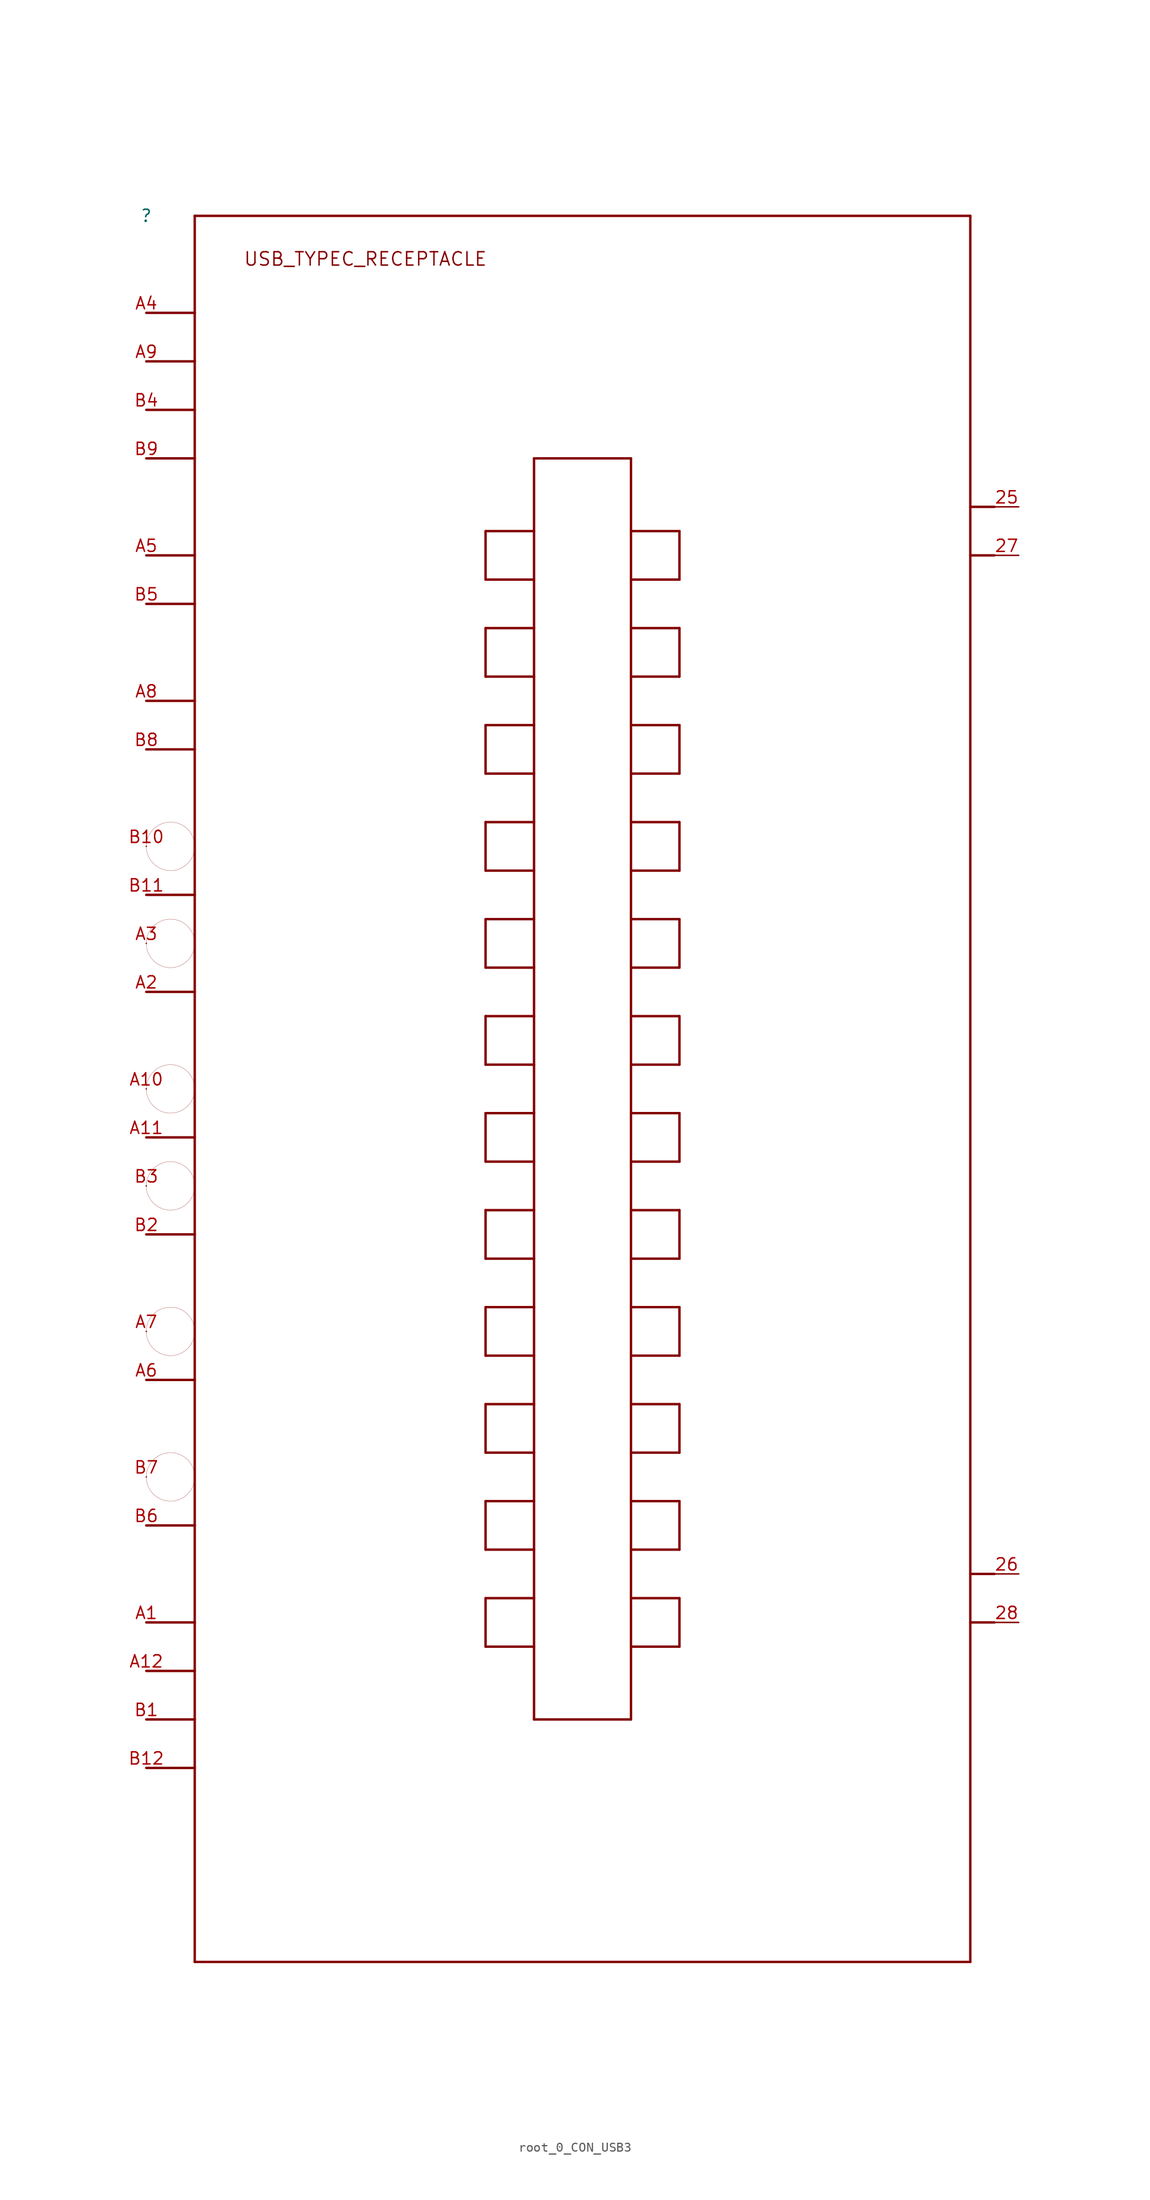
<source format=kicad_sym>
(kicad_symbol_lib
  (version 20220914)
  (generator kicad_symbol_editor)
  (symbol "root_0_CON_USB3"
    (property "Reference" ""
      (at 0 0 0)
      (effects (font (size 1.27 1.27))))
    (property "Value" ""
      (at 0 0 0)
      (effects (font (size 1.27 1.27))))
    (symbol "root_0_CON_USB3_1_0"
      (polyline (pts (xy 0 -20.32) (xy 5.08 -20.32)) (stroke (width 0.254) (type solid)) (fill (type none)))
      (polyline (pts (xy 0 -10.16) (xy 5.08 -10.16)) (stroke (width 0.254) (type solid)) (fill (type none)))
      (polyline (pts (xy 5.08 -162.56) (xy 0 -162.56)) (stroke (width 0.254) (type solid)) (fill (type none)))
      (polyline (pts (xy 5.08 -157.48) (xy 0 -157.48)) (stroke (width 0.254) (type solid)) (fill (type none)))
      (polyline (pts (xy 5.08 -152.4) (xy 0 -152.4)) (stroke (width 0.254) (type solid)) (fill (type none)))
      (polyline (pts (xy 5.08 -147.32) (xy 0 -147.32)) (stroke (width 0.254) (type solid)) (fill (type none)))
      (polyline (pts (xy 5.08 -137.16) (xy 0 -137.16)) (stroke (width 0.254) (type solid)) (fill (type none)))
      (polyline (pts (xy 5.08 -121.92) (xy 0 -121.92)) (stroke (width 0.254) (type solid)) (fill (type none)))
      (polyline (pts (xy 5.08 -106.68) (xy 0 -106.68)) (stroke (width 0.254) (type solid)) (fill (type none)))
      (polyline (pts (xy 5.08 -96.52) (xy 0 -96.52)) (stroke (width 0.254) (type solid)) (fill (type none)))
      (polyline (pts (xy 5.08 -81.28) (xy 0 -81.28)) (stroke (width 0.254) (type solid)) (fill (type none)))
      (polyline (pts (xy 5.08 -71.12) (xy 0 -71.12)) (stroke (width 0.254) (type solid)) (fill (type none)))
      (polyline (pts (xy 5.08 -55.88) (xy 0 -55.88)) (stroke (width 0.254) (type solid)) (fill (type none)))
      (polyline (pts (xy 5.08 -50.8) (xy 0 -50.8)) (stroke (width 0.254) (type solid)) (fill (type none)))
      (polyline (pts (xy 5.08 -40.64) (xy 0 -40.64)) (stroke (width 0.254) (type solid)) (fill (type none)))
      (polyline (pts (xy 5.08 -35.56) (xy 0 -35.56)) (stroke (width 0.254) (type solid)) (fill (type none)))
      (polyline (pts (xy 5.08 -25.4) (xy 0 -25.4)) (stroke (width 0.254) (type solid)) (fill (type none)))
      (polyline (pts (xy 5.08 -15.24) (xy 0 -15.24)) (stroke (width 0.254) (type solid)) (fill (type none)))
      (polyline (pts (xy 5.08 0) (xy 5.08 -182.88)) (stroke (width 0.254) (type solid)) (fill (type none)))
      (polyline (pts (xy 5.08 0) (xy 86.36 0)) (stroke (width 0.254) (type solid)) (fill (type none)))
      (polyline (pts (xy 35.56 -149.86) (xy 35.56 -144.78)) (stroke (width 0.254) (type solid)) (fill (type none)))
      (polyline (pts (xy 35.56 -149.86) (xy 40.64 -149.86)) (stroke (width 0.254) (type solid)) (fill (type none)))
      (polyline (pts (xy 35.56 -144.78) (xy 40.64 -144.78)) (stroke (width 0.254) (type solid)) (fill (type none)))
      (polyline (pts (xy 35.56 -139.7) (xy 35.56 -134.62)) (stroke (width 0.254) (type solid)) (fill (type none)))
      (polyline (pts (xy 35.56 -134.62) (xy 40.64 -134.62)) (stroke (width 0.254) (type solid)) (fill (type none)))
      (polyline (pts (xy 35.56 -129.54) (xy 35.56 -124.46)) (stroke (width 0.254) (type solid)) (fill (type none)))
      (polyline (pts (xy 35.56 -124.46) (xy 40.64 -124.46)) (stroke (width 0.254) (type solid)) (fill (type none)))
      (polyline (pts (xy 35.56 -119.38) (xy 35.56 -114.3)) (stroke (width 0.254) (type solid)) (fill (type none)))
      (polyline (pts (xy 35.56 -114.3) (xy 40.64 -114.3)) (stroke (width 0.254) (type solid)) (fill (type none)))
      (polyline (pts (xy 35.56 -109.22) (xy 35.56 -104.14)) (stroke (width 0.254) (type solid)) (fill (type none)))
      (polyline (pts (xy 35.56 -104.14) (xy 40.64 -104.14)) (stroke (width 0.254) (type solid)) (fill (type none)))
      (polyline (pts (xy 35.56 -99.06) (xy 35.56 -93.98)) (stroke (width 0.254) (type solid)) (fill (type none)))
      (polyline (pts (xy 35.56 -93.98) (xy 40.64 -93.98)) (stroke (width 0.254) (type solid)) (fill (type none)))
      (polyline (pts (xy 35.56 -88.9) (xy 35.56 -83.82)) (stroke (width 0.254) (type solid)) (fill (type none)))
      (polyline (pts (xy 35.56 -83.82) (xy 40.64 -83.82)) (stroke (width 0.254) (type solid)) (fill (type none)))
      (polyline (pts (xy 35.56 -78.74) (xy 35.56 -73.66)) (stroke (width 0.254) (type solid)) (fill (type none)))
      (polyline (pts (xy 35.56 -73.66) (xy 40.64 -73.66)) (stroke (width 0.254) (type solid)) (fill (type none)))
      (polyline (pts (xy 35.56 -68.58) (xy 35.56 -63.5)) (stroke (width 0.254) (type solid)) (fill (type none)))
      (polyline (pts (xy 35.56 -63.5) (xy 40.64 -63.5)) (stroke (width 0.254) (type solid)) (fill (type none)))
      (polyline (pts (xy 35.56 -58.42) (xy 35.56 -53.34)) (stroke (width 0.254) (type solid)) (fill (type none)))
      (polyline (pts (xy 35.56 -53.34) (xy 40.64 -53.34)) (stroke (width 0.254) (type solid)) (fill (type none)))
      (polyline (pts (xy 35.56 -48.26) (xy 35.56 -43.18)) (stroke (width 0.254) (type solid)) (fill (type none)))
      (polyline (pts (xy 35.56 -43.18) (xy 40.64 -43.18)) (stroke (width 0.254) (type solid)) (fill (type none)))
      (polyline (pts (xy 35.56 -38.1) (xy 35.56 -33.02)) (stroke (width 0.254) (type solid)) (fill (type none)))
      (polyline (pts (xy 35.56 -33.02) (xy 40.64 -33.02)) (stroke (width 0.254) (type solid)) (fill (type none)))
      (polyline (pts (xy 40.64 -139.7) (xy 35.56 -139.7)) (stroke (width 0.254) (type solid)) (fill (type none)))
      (polyline (pts (xy 40.64 -129.54) (xy 35.56 -129.54)) (stroke (width 0.254) (type solid)) (fill (type none)))
      (polyline (pts (xy 40.64 -119.38) (xy 35.56 -119.38)) (stroke (width 0.254) (type solid)) (fill (type none)))
      (polyline (pts (xy 40.64 -109.22) (xy 35.56 -109.22)) (stroke (width 0.254) (type solid)) (fill (type none)))
      (polyline (pts (xy 40.64 -99.06) (xy 35.56 -99.06)) (stroke (width 0.254) (type solid)) (fill (type none)))
      (polyline (pts (xy 40.64 -88.9) (xy 35.56 -88.9)) (stroke (width 0.254) (type solid)) (fill (type none)))
      (polyline (pts (xy 40.64 -78.74) (xy 35.56 -78.74)) (stroke (width 0.254) (type solid)) (fill (type none)))
      (polyline (pts (xy 40.64 -68.58) (xy 35.56 -68.58)) (stroke (width 0.254) (type solid)) (fill (type none)))
      (polyline (pts (xy 40.64 -58.42) (xy 35.56 -58.42)) (stroke (width 0.254) (type solid)) (fill (type none)))
      (polyline (pts (xy 40.64 -48.26) (xy 35.56 -48.26)) (stroke (width 0.254) (type solid)) (fill (type none)))
      (polyline (pts (xy 40.64 -38.1) (xy 35.56 -38.1)) (stroke (width 0.254) (type solid)) (fill (type none)))
      (polyline (pts (xy 40.64 -25.4) (xy 40.64 -157.48)) (stroke (width 0.254) (type solid)) (fill (type none)))
      (polyline (pts (xy 40.64 -25.4) (xy 50.8 -25.4)) (stroke (width 0.254) (type solid)) (fill (type none)))
      (polyline (pts (xy 50.8 -157.48) (xy 40.64 -157.48)) (stroke (width 0.254) (type solid)) (fill (type none)))
      (polyline (pts (xy 50.8 -144.78) (xy 55.88 -144.78)) (stroke (width 0.254) (type solid)) (fill (type none)))
      (polyline (pts (xy 50.8 -134.62) (xy 55.88 -134.62)) (stroke (width 0.254) (type solid)) (fill (type none)))
      (polyline (pts (xy 50.8 -124.46) (xy 55.88 -124.46)) (stroke (width 0.254) (type solid)) (fill (type none)))
      (polyline (pts (xy 50.8 -114.3) (xy 55.88 -114.3)) (stroke (width 0.254) (type solid)) (fill (type none)))
      (polyline (pts (xy 50.8 -104.14) (xy 55.88 -104.14)) (stroke (width 0.254) (type solid)) (fill (type none)))
      (polyline (pts (xy 50.8 -93.98) (xy 55.88 -93.98)) (stroke (width 0.254) (type solid)) (fill (type none)))
      (polyline (pts (xy 50.8 -83.82) (xy 55.88 -83.82)) (stroke (width 0.254) (type solid)) (fill (type none)))
      (polyline (pts (xy 50.8 -73.66) (xy 55.88 -73.66)) (stroke (width 0.254) (type solid)) (fill (type none)))
      (polyline (pts (xy 50.8 -63.5) (xy 55.88 -63.5)) (stroke (width 0.254) (type solid)) (fill (type none)))
      (polyline (pts (xy 50.8 -53.34) (xy 55.88 -53.34)) (stroke (width 0.254) (type solid)) (fill (type none)))
      (polyline (pts (xy 50.8 -43.18) (xy 55.88 -43.18)) (stroke (width 0.254) (type solid)) (fill (type none)))
      (polyline (pts (xy 50.8 -25.4) (xy 50.8 -157.48)) (stroke (width 0.254) (type solid)) (fill (type none)))
      (polyline (pts (xy 55.88 -149.86) (xy 50.8 -149.86)) (stroke (width 0.254) (type solid)) (fill (type none)))
      (polyline (pts (xy 55.88 -144.78) (xy 55.88 -149.86)) (stroke (width 0.254) (type solid)) (fill (type none)))
      (polyline (pts (xy 55.88 -139.7) (xy 50.8 -139.7)) (stroke (width 0.254) (type solid)) (fill (type none)))
      (polyline (pts (xy 55.88 -134.62) (xy 55.88 -139.7)) (stroke (width 0.254) (type solid)) (fill (type none)))
      (polyline (pts (xy 55.88 -129.54) (xy 50.8 -129.54)) (stroke (width 0.254) (type solid)) (fill (type none)))
      (polyline (pts (xy 55.88 -124.46) (xy 55.88 -129.54)) (stroke (width 0.254) (type solid)) (fill (type none)))
      (polyline (pts (xy 55.88 -119.38) (xy 50.8 -119.38)) (stroke (width 0.254) (type solid)) (fill (type none)))
      (polyline (pts (xy 55.88 -114.3) (xy 55.88 -119.38)) (stroke (width 0.254) (type solid)) (fill (type none)))
      (polyline (pts (xy 55.88 -109.22) (xy 50.8 -109.22)) (stroke (width 0.254) (type solid)) (fill (type none)))
      (polyline (pts (xy 55.88 -104.14) (xy 55.88 -109.22)) (stroke (width 0.254) (type solid)) (fill (type none)))
      (polyline (pts (xy 55.88 -99.06) (xy 50.8 -99.06)) (stroke (width 0.254) (type solid)) (fill (type none)))
      (polyline (pts (xy 55.88 -93.98) (xy 55.88 -99.06)) (stroke (width 0.254) (type solid)) (fill (type none)))
      (polyline (pts (xy 55.88 -88.9) (xy 50.8 -88.9)) (stroke (width 0.254) (type solid)) (fill (type none)))
      (polyline (pts (xy 55.88 -83.82) (xy 55.88 -88.9)) (stroke (width 0.254) (type solid)) (fill (type none)))
      (polyline (pts (xy 55.88 -78.74) (xy 50.8 -78.74)) (stroke (width 0.254) (type solid)) (fill (type none)))
      (polyline (pts (xy 55.88 -73.66) (xy 55.88 -78.74)) (stroke (width 0.254) (type solid)) (fill (type none)))
      (polyline (pts (xy 55.88 -68.58) (xy 50.8 -68.58)) (stroke (width 0.254) (type solid)) (fill (type none)))
      (polyline (pts (xy 55.88 -63.5) (xy 55.88 -68.58)) (stroke (width 0.254) (type solid)) (fill (type none)))
      (polyline (pts (xy 55.88 -58.42) (xy 50.8 -58.42)) (stroke (width 0.254) (type solid)) (fill (type none)))
      (polyline (pts (xy 55.88 -53.34) (xy 55.88 -58.42)) (stroke (width 0.254) (type solid)) (fill (type none)))
      (polyline (pts (xy 55.88 -48.26) (xy 50.8 -48.26)) (stroke (width 0.254) (type solid)) (fill (type none)))
      (polyline (pts (xy 55.88 -43.18) (xy 55.88 -48.26)) (stroke (width 0.254) (type solid)) (fill (type none)))
      (polyline (pts (xy 55.88 -38.1) (xy 50.8 -38.1)) (stroke (width 0.254) (type solid)) (fill (type none)))
      (polyline (pts (xy 55.88 -33.02) (xy 50.8 -33.02)) (stroke (width 0.254) (type solid)) (fill (type none)))
      (polyline (pts (xy 55.88 -33.02) (xy 55.88 -38.1)) (stroke (width 0.254) (type solid)) (fill (type none)))
      (polyline (pts (xy 86.36 -182.88) (xy 5.08 -182.88)) (stroke (width 0.254) (type solid)) (fill (type none)))
      (polyline (pts (xy 86.36 -147.32) (xy 88.9 -147.32)) (stroke (width 0.254) (type solid)) (fill (type none)))
      (polyline (pts (xy 86.36 -142.24) (xy 88.9 -142.24)) (stroke (width 0.254) (type solid)) (fill (type none)))
      (polyline (pts (xy 86.36 -35.56) (xy 88.9 -35.56)) (stroke (width 0.254) (type solid)) (fill (type none)))
      (polyline (pts (xy 86.36 -30.48) (xy 88.9 -30.48)) (stroke (width 0.254) (type solid)) (fill (type none)))
      (polyline (pts (xy 86.36 0) (xy 86.36 -182.88)) (stroke (width 0.254) (type solid)) (fill (type none)))
      (circle (center 2.54 -132.08) (radius 2.54) (stroke (width 0.0001) (type solid)) (fill (type none)))
      (circle (center 2.54 -116.84) (radius 2.54) (stroke (width 0.0001) (type solid)) (fill (type none)))
      (circle (center 2.54 -101.6) (radius 2.54) (stroke (width 0.0001) (type solid)) (fill (type none)))
      (circle (center 2.54 -91.44) (radius 2.54) (stroke (width 0.0001) (type solid)) (fill (type none)))
      (circle (center 2.54 -76.2) (radius 2.54) (stroke (width 0.0001) (type solid)) (fill (type none)))
      (circle (center 2.54 -66.04) (radius 2.54) (stroke (width 0.0001) (type solid)) (fill (type none)))
      (text "USB_TYPEC_RECEPTACLE" (at 10.16 -5.334 0) (effects (font (size 1.397 1.397)) (justify left bottom)))
      (pin bidirectional line (at 91.44 -30.48 180) (length 2.54) (name "SH1" (effects (font (size 0 0)))) (number "25" (effects (font (size 1.27 1.27)))))
      (pin bidirectional line (at 91.44 -142.24 180) (length 2.54) (name "SH2" (effects (font (size 0 0)))) (number "26" (effects (font (size 1.27 1.27)))))
      (pin bidirectional line (at 91.44 -35.56 180) (length 2.54) (name "SH3" (effects (font (size 0 0)))) (number "27" (effects (font (size 1.27 1.27)))))
      (pin bidirectional line (at 91.44 -147.32 180) (length 2.54) (name "SH4" (effects (font (size 0 0)))) (number "28" (effects (font (size 1.27 1.27)))))
      (pin bidirectional line (at 0 -147.32 180) (length 0) (name "GND1" (effects (font (size 0 0)))) (number "A1" (effects (font (size 1.27 1.27)))))
      (pin bidirectional line (at 0 -91.44 180) (length 0) (name "SSRX2_N" (effects (font (size 0 0)))) (number "A10" (effects (font (size 1.27 1.27)))))
      (pin bidirectional line (at 0 -96.52 180) (length 0) (name "SSRX2_P" (effects (font (size 0 0)))) (number "A11" (effects (font (size 1.27 1.27)))))
      (pin bidirectional line (at 0 -152.4 180) (length 0) (name "GND2" (effects (font (size 0 0)))) (number "A12" (effects (font (size 1.27 1.27)))))
      (pin bidirectional line (at 0 -81.28 180) (length 0) (name "SSTX1_P" (effects (font (size 0 0)))) (number "A2" (effects (font (size 1.27 1.27)))))
      (pin bidirectional line (at 0 -76.2 180) (length 0) (name "SSTX1_N" (effects (font (size 0 0)))) (number "A3" (effects (font (size 1.27 1.27)))))
      (pin power_in line (at 0 -10.16 180) (length 0) (name "VBUS1" (effects (font (size 0 0)))) (number "A4" (effects (font (size 1.27 1.27)))))
      (pin bidirectional line (at 0 -35.56 180) (length 0) (name "CC1" (effects (font (size 0 0)))) (number "A5" (effects (font (size 1.27 1.27)))))
      (pin bidirectional line (at 0 -121.92 180) (length 0) (name "D1_P" (effects (font (size 0 0)))) (number "A6" (effects (font (size 1.27 1.27)))))
      (pin bidirectional line (at 0 -116.84 180) (length 0) (name "D1_N" (effects (font (size 0 0)))) (number "A7" (effects (font (size 1.27 1.27)))))
      (pin bidirectional line (at 0 -50.8 180) (length 0) (name "SBU1" (effects (font (size 0 0)))) (number "A8" (effects (font (size 1.27 1.27)))))
      (pin power_in line (at 0 -15.24 180) (length 0) (name "VBUS2" (effects (font (size 0 0)))) (number "A9" (effects (font (size 1.27 1.27)))))
      (pin bidirectional line (at 0 -157.48 180) (length 0) (name "GND3" (effects (font (size 0 0)))) (number "B1" (effects (font (size 1.27 1.27)))))
      (pin bidirectional line (at 0 -66.04 180) (length 0) (name "SSRX1_N" (effects (font (size 0 0)))) (number "B10" (effects (font (size 1.27 1.27)))))
      (pin bidirectional line (at 0 -71.12 180) (length 0) (name "SSRX1_P" (effects (font (size 0 0)))) (number "B11" (effects (font (size 1.27 1.27)))))
      (pin bidirectional line (at 0 -162.56 180) (length 0) (name "GND4" (effects (font (size 0 0)))) (number "B12" (effects (font (size 1.27 1.27)))))
      (pin bidirectional line (at 0 -106.68 180) (length 0) (name "SSTX2_P" (effects (font (size 0 0)))) (number "B2" (effects (font (size 1.27 1.27)))))
      (pin bidirectional line (at 0 -101.6 180) (length 0) (name "SSTX2_N" (effects (font (size 0 0)))) (number "B3" (effects (font (size 1.27 1.27)))))
      (pin power_in line (at 0 -20.32 180) (length 0) (name "VBUS3" (effects (font (size 0 0)))) (number "B4" (effects (font (size 1.27 1.27)))))
      (pin bidirectional line (at 0 -40.64 180) (length 0) (name "CC2" (effects (font (size 0 0)))) (number "B5" (effects (font (size 1.27 1.27)))))
      (pin bidirectional line (at 0 -137.16 180) (length 0) (name "D2_P" (effects (font (size 0 0)))) (number "B6" (effects (font (size 1.27 1.27)))))
      (pin bidirectional line (at 0 -132.08 180) (length 0) (name "D2_N" (effects (font (size 0 0)))) (number "B7" (effects (font (size 1.27 1.27)))))
      (pin bidirectional line (at 0 -55.88 180) (length 0) (name "SBU2" (effects (font (size 0 0)))) (number "B8" (effects (font (size 1.27 1.27)))))
      (pin power_in line (at 0 -25.4 180) (length 0) (name "VBUS4" (effects (font (size 0 0)))) (number "B9" (effects (font (size 1.27 1.27))))))))
</source>
